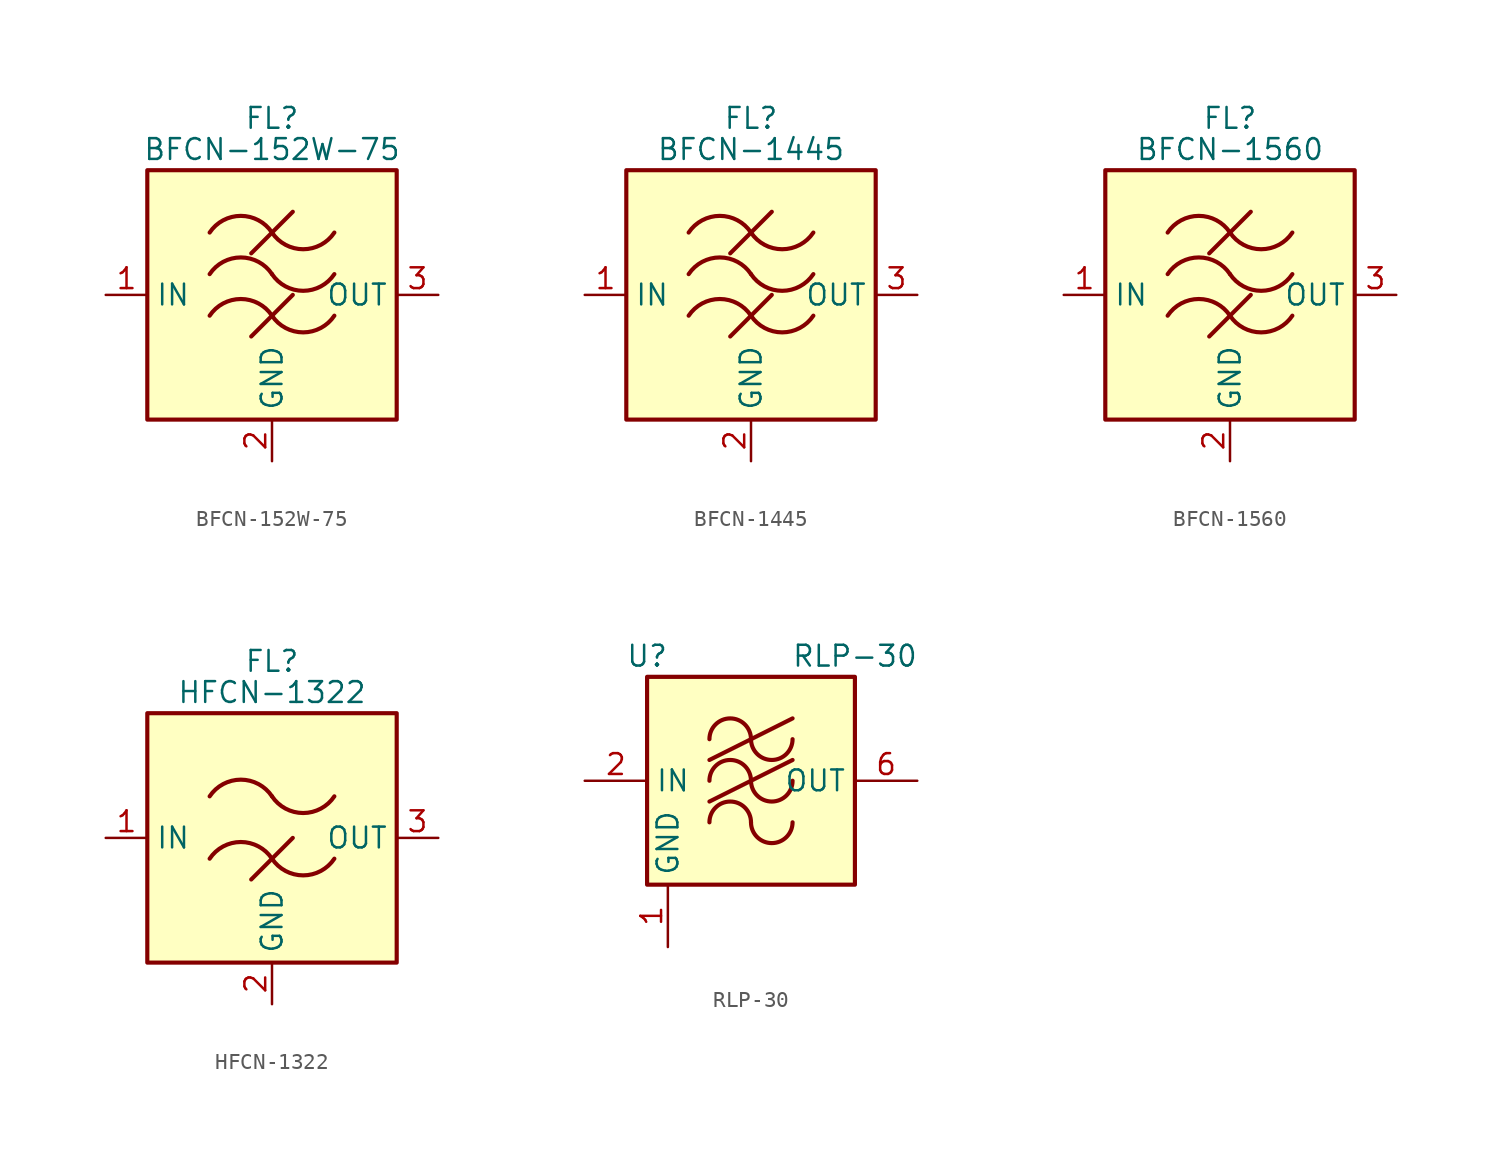
<source format=kicad_sym>
(kicad_symbol_lib
  (version 20231120)
  (generator "kicad_symbol_editor")
  (generator_version "8.0")
  (symbol "BFCN-152W-75"
    (property "Reference" "FL"
      (at 0 10.795 0)
      (effects (font (size 1.27 1.27))))
    (property "Value" "BFCN-152W-75"
      (at 0 8.89 0)
      (effects (font (size 1.27 1.27))))
    (symbol "BFCN-152W-75_0_1"
      (rectangle (start -7.62 7.62) (end 7.62 -7.62) (stroke (width 0.254) (type default)) (fill (type background)))
      (arc (start 0 -1.27) (mid -1.905 -0.2505) (end -3.81 -1.27) (stroke (width 0.254) (type default)) (fill (type none)))
      (arc (start 0 -1.27) (mid 1.905 -2.2895) (end 3.81 -1.27) (stroke (width 0.254) (type default)) (fill (type none)))
      (polyline (pts (xy -1.27 -2.54) (xy 1.27 0)) (stroke (width 0.254) (type default)) (fill (type none)))
      (polyline (pts (xy -1.27 2.54) (xy 1.27 5.08)) (stroke (width 0.254) (type default)) (fill (type none)))
      (arc (start 0 1.27) (mid -1.905 2.2895) (end -3.81 1.27) (stroke (width 0.254) (type default)) (fill (type none)))
      (arc (start 0 1.27) (mid 1.905 0.2505) (end 3.81 1.27) (stroke (width 0.254) (type default)) (fill (type none)))
      (arc (start 0 3.81) (mid -1.905 4.8295) (end -3.81 3.81) (stroke (width 0.254) (type default)) (fill (type none)))
      (arc (start 0 3.81) (mid 1.905 2.7905) (end 3.81 3.81) (stroke (width 0.254) (type default)) (fill (type none))))
    (symbol "BFCN-152W-75_1_1"
      (pin passive line (at -10.16 0 0) (length 2.54) (name "IN" (effects (font (size 1.27 1.27)))) (number "1" (effects (font (size 1.27 1.27)))))
      (pin passive line (at 0 -10.16 90) (length 2.54) (name "GND" (effects (font (size 1.27 1.27)))) (number "2" (effects (font (size 1.27 1.27)))))
      (pin passive line (at 10.16 0 180) (length 2.54) (name "OUT" (effects (font (size 1.27 1.27)))) (number "3" (effects (font (size 1.27 1.27)))))))
  (symbol "BFCN-1445"
    (property "Reference" "FL"
      (at 0 10.795 0)
      (effects (font (size 1.27 1.27))))
    (property "Value" "BFCN-1445"
      (at 0 8.89 0)
      (effects (font (size 1.27 1.27))))
    (symbol "BFCN-1445_0_1"
      (rectangle (start -7.62 7.62) (end 7.62 -7.62) (stroke (width 0.254) (type default)) (fill (type background)))
      (arc (start 0 -1.27) (mid -1.905 -0.2505) (end -3.81 -1.27) (stroke (width 0.254) (type default)) (fill (type none)))
      (arc (start 0 -1.27) (mid 1.905 -2.2895) (end 3.81 -1.27) (stroke (width 0.254) (type default)) (fill (type none)))
      (polyline (pts (xy -1.27 -2.54) (xy 1.27 0)) (stroke (width 0.254) (type default)) (fill (type none)))
      (polyline (pts (xy -1.27 2.54) (xy 1.27 5.08)) (stroke (width 0.254) (type default)) (fill (type none)))
      (arc (start 0 1.27) (mid -1.905 2.2895) (end -3.81 1.27) (stroke (width 0.254) (type default)) (fill (type none)))
      (arc (start 0 1.27) (mid 1.905 0.2505) (end 3.81 1.27) (stroke (width 0.254) (type default)) (fill (type none)))
      (arc (start 0 3.81) (mid -1.905 4.8295) (end -3.81 3.81) (stroke (width 0.254) (type default)) (fill (type none)))
      (arc (start 0 3.81) (mid 1.905 2.7905) (end 3.81 3.81) (stroke (width 0.254) (type default)) (fill (type none))))
    (symbol "BFCN-1445_1_1"
      (pin passive line (at -10.16 0 0) (length 2.54) (name "IN" (effects (font (size 1.27 1.27)))) (number "1" (effects (font (size 1.27 1.27)))))
      (pin passive line (at 0 -10.16 90) (length 2.54) (name "GND" (effects (font (size 1.27 1.27)))) (number "2" (effects (font (size 1.27 1.27)))))
      (pin passive line (at 10.16 0 180) (length 2.54) (name "OUT" (effects (font (size 1.27 1.27)))) (number "3" (effects (font (size 1.27 1.27)))))
      (pin passive line (at 0 -10.16 90) (length 2.54) hide (name "GND" (effects (font (size 1.27 1.27)))) (number "4" (effects (font (size 1.27 1.27)))))))
  (symbol "BFCN-1560"
    (property "Reference" "FL"
      (at 0 10.795 0)
      (effects (font (size 1.27 1.27))))
    (property "Value" "BFCN-1560"
      (at 0 8.89 0)
      (effects (font (size 1.27 1.27))))
    (symbol "BFCN-1560_0_1"
      (rectangle (start -7.62 7.62) (end 7.62 -7.62) (stroke (width 0.254) (type default)) (fill (type background)))
      (arc (start 0 -1.27) (mid -1.905 -0.2505) (end -3.81 -1.27) (stroke (width 0.254) (type default)) (fill (type none)))
      (arc (start 0 -1.27) (mid 1.905 -2.2895) (end 3.81 -1.27) (stroke (width 0.254) (type default)) (fill (type none)))
      (polyline (pts (xy -1.27 -2.54) (xy 1.27 0)) (stroke (width 0.254) (type default)) (fill (type none)))
      (polyline (pts (xy -1.27 2.54) (xy 1.27 5.08)) (stroke (width 0.254) (type default)) (fill (type none)))
      (arc (start 0 1.27) (mid -1.905 2.2895) (end -3.81 1.27) (stroke (width 0.254) (type default)) (fill (type none)))
      (arc (start 0 1.27) (mid 1.905 0.2505) (end 3.81 1.27) (stroke (width 0.254) (type default)) (fill (type none)))
      (arc (start 0 3.81) (mid -1.905 4.8295) (end -3.81 3.81) (stroke (width 0.254) (type default)) (fill (type none)))
      (arc (start 0 3.81) (mid 1.905 2.7905) (end 3.81 3.81) (stroke (width 0.254) (type default)) (fill (type none))))
    (symbol "BFCN-1560_1_1"
      (pin passive line (at -10.16 0 0) (length 2.54) (name "IN" (effects (font (size 1.27 1.27)))) (number "1" (effects (font (size 1.27 1.27)))))
      (pin passive line (at 0 -10.16 90) (length 2.54) (name "GND" (effects (font (size 1.27 1.27)))) (number "2" (effects (font (size 1.27 1.27)))))
      (pin passive line (at 10.16 0 180) (length 2.54) (name "OUT" (effects (font (size 1.27 1.27)))) (number "3" (effects (font (size 1.27 1.27)))))
      (pin passive line (at 0 -10.16 90) (length 2.54) hide (name "GND" (effects (font (size 1.27 1.27)))) (number "4" (effects (font (size 1.27 1.27)))))
      (pin passive line (at 0 -10.16 90) (length 2.54) hide (name "GND" (effects (font (size 1.27 1.27)))) (number "5" (effects (font (size 1.27 1.27)))))
      (pin passive line (at 0 -10.16 90) (length 2.54) hide (name "GND" (effects (font (size 1.27 1.27)))) (number "6" (effects (font (size 1.27 1.27)))))))
  (symbol "HFCN-1322"
    (property "Reference" "FL"
      (at 0 10.795 0)
      (effects (font (size 1.27 1.27))))
    (property "Value" "HFCN-1322"
      (at 0 8.89 0)
      (effects (font (size 1.27 1.27))))
    (symbol "HFCN-1322_0_1"
      (rectangle (start -7.62 7.62) (end 7.62 -7.62) (stroke (width 0.254) (type default)) (fill (type background)))
      (arc (start 0 -1.27) (mid -1.905 -0.2505) (end -3.81 -1.27) (stroke (width 0.254) (type default)) (fill (type none)))
      (arc (start 0 -1.27) (mid 1.905 -2.2895) (end 3.81 -1.27) (stroke (width 0.254) (type default)) (fill (type none)))
      (polyline (pts (xy -1.27 -2.54) (xy 1.27 0)) (stroke (width 0.254) (type default)) (fill (type none)))
      (arc (start 0 2.54) (mid -1.905 3.5595) (end -3.81 2.54) (stroke (width 0.254) (type default)) (fill (type none)))
      (arc (start 0 2.54) (mid 1.905 1.5205) (end 3.81 2.54) (stroke (width 0.254) (type default)) (fill (type none))))
    (symbol "HFCN-1322_1_1"
      (pin passive line (at -10.16 0 0) (length 2.54) (name "IN" (effects (font (size 1.27 1.27)))) (number "1" (effects (font (size 1.27 1.27)))))
      (pin passive line (at 0 -10.16 90) (length 2.54) (name "GND" (effects (font (size 1.27 1.27)))) (number "2" (effects (font (size 1.27 1.27)))))
      (pin passive line (at 10.16 0 180) (length 2.54) (name "OUT" (effects (font (size 1.27 1.27)))) (number "3" (effects (font (size 1.27 1.27)))))
      (pin passive line (at 0 -10.16 90) (length 2.54) hide (name "GND" (effects (font (size 1.27 1.27)))) (number "4" (effects (font (size 1.27 1.27)))))))
  (symbol "RLP-30"
    (property "Reference" "U"
      (at -6.35 7.62 0)
      (effects (font (size 1.27 1.27))))
    (property "Value" "RLP-30"
      (at 6.35 7.62 0)
      (effects (font (size 1.27 1.27))))
    (symbol "RLP-30_0_1"
      (rectangle (start -6.35 6.35) (end 6.35 -6.35) (stroke (width 0.254) (type default)) (fill (type background)))
      (arc (start 0 -2.54) (mid -1.27 -1.2755) (end -2.54 -2.54) (stroke (width 0.254) (type default)) (fill (type none)))
      (arc (start 0 -2.54) (mid 1.27 -3.8045) (end 2.54 -2.54) (stroke (width 0.254) (type default)) (fill (type none)))
      (arc (start 0 0) (mid -1.27 1.2645) (end -2.54 0) (stroke (width 0.254) (type default)) (fill (type none)))
      (polyline (pts (xy -2.54 -1.27) (xy 2.54 1.27)) (stroke (width 0.254) (type default)) (fill (type none)))
      (polyline (pts (xy -2.54 1.27) (xy 2.54 3.81)) (stroke (width 0.254) (type default)) (fill (type none)))
      (arc (start 0 0) (mid 1.27 -1.2645) (end 2.54 0) (stroke (width 0.254) (type default)) (fill (type none)))
      (arc (start 0 2.54) (mid -1.27 3.8045) (end -2.54 2.54) (stroke (width 0.254) (type default)) (fill (type none)))
      (arc (start 0 2.54) (mid 1.27 1.2755) (end 2.54 2.54) (stroke (width 0.254) (type default)) (fill (type none))))
    (symbol "RLP-30_1_1"
      (pin power_in line (at -5.08 -10.16 90) (length 3.81) (name "GND" (effects (font (size 1.27 1.27)))) (number "1" (effects (font (size 1.27 1.27)))))
      (pin input line (at -10.16 0 0) (length 3.81) (name "IN" (effects (font (size 1.27 1.27)))) (number "2" (effects (font (size 1.27 1.27)))))
      (pin passive line (at -5.08 -10.16 90) (length 3.81) hide (name "GND" (effects (font (size 1.27 1.27)))) (number "3" (effects (font (size 1.27 1.27)))))
      (pin passive line (at -5.08 -10.16 90) (length 3.81) hide (name "GND" (effects (font (size 1.27 1.27)))) (number "4" (effects (font (size 1.27 1.27)))))
      (pin passive line (at -5.08 -10.16 90) (length 3.81) hide (name "GND" (effects (font (size 1.27 1.27)))) (number "5" (effects (font (size 1.27 1.27)))))
      (pin output line (at 10.16 0 180) (length 3.81) (name "OUT" (effects (font (size 1.27 1.27)))) (number "6" (effects (font (size 1.27 1.27)))))
      (pin passive line (at -5.08 -10.16 90) (length 3.81) hide (name "GND" (effects (font (size 1.27 1.27)))) (number "7" (effects (font (size 1.27 1.27)))))
      (pin passive line (at -5.08 -10.16 90) (length 3.81) hide (name "GND" (effects (font (size 1.27 1.27)))) (number "8" (effects (font (size 1.27 1.27))))))))
</source>
